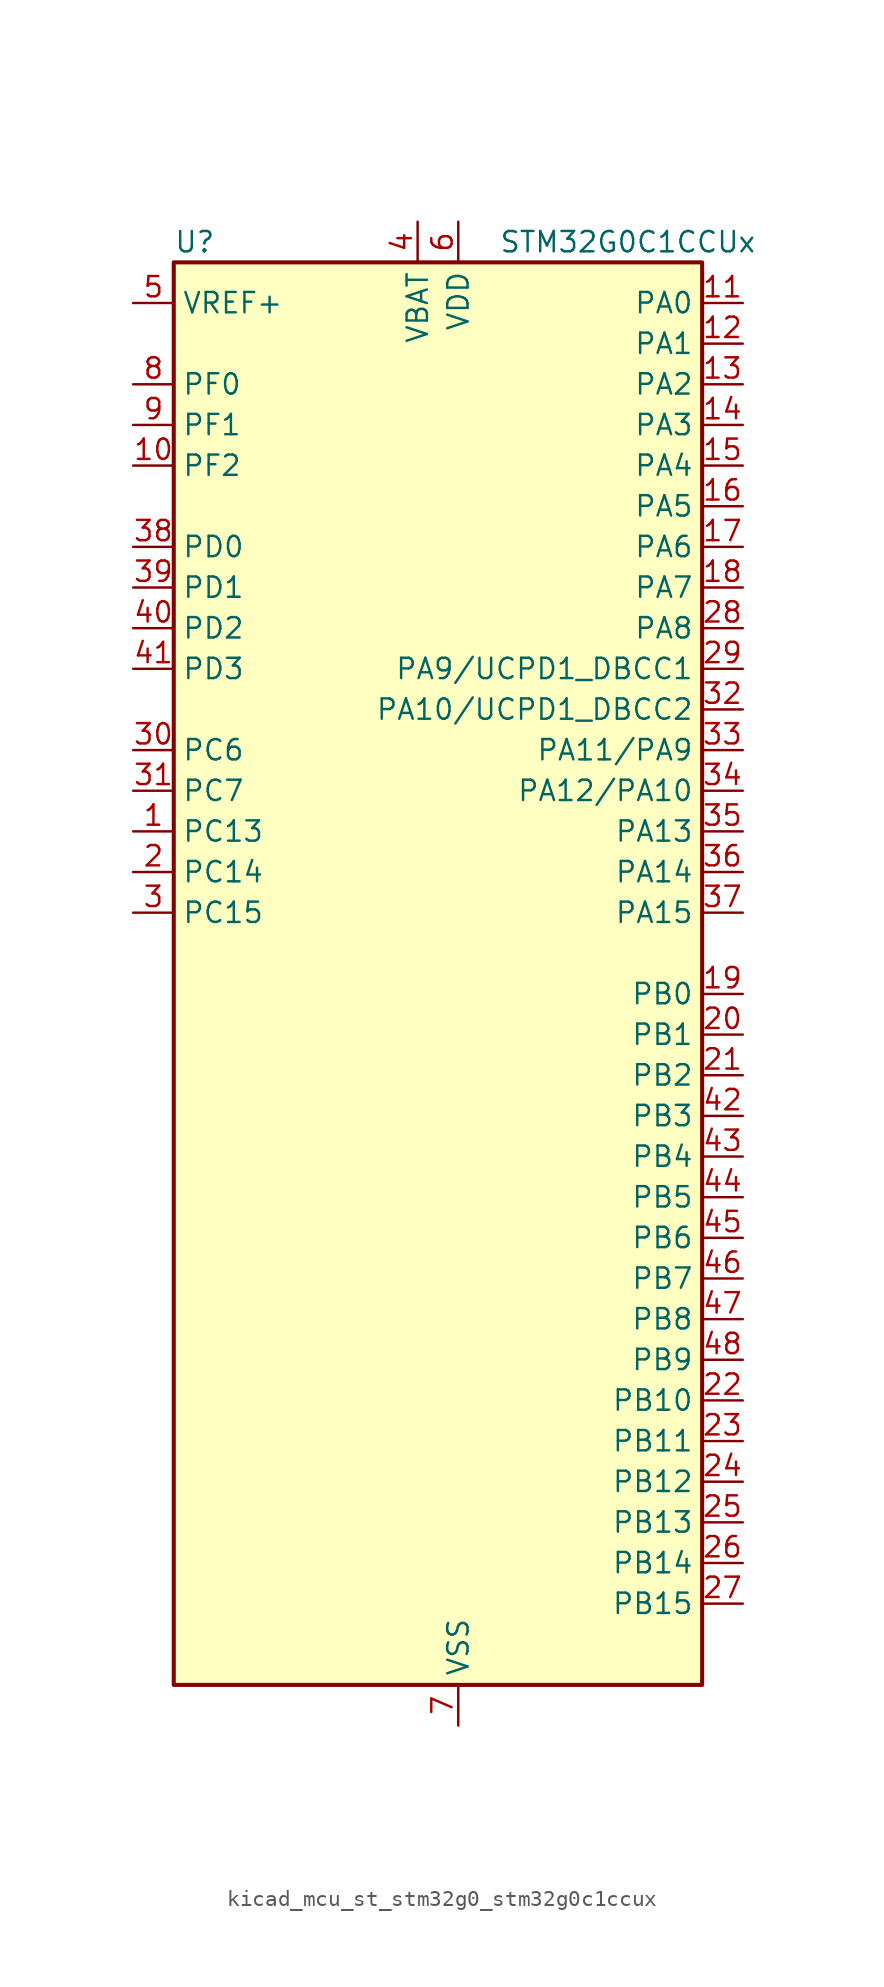
<source format=kicad_sym>
(kicad_symbol_lib
  (version 20220914)
  (generator kicad_symbol_editor)
  (symbol "kicad_mcu_st_stm32g0_stm32g0c1ccux"
    (property "Reference" "U"
      (at -15.24 46.99 0)
      (effects (font (size 1.27 1.27)) (justify left)))
    (property "Value" "STM32G0C1CCUx"
      (at 5.08 46.99 0)
      (effects (font (size 1.27 1.27)) (justify left)))
    (property "ki_locked" ""
      (at 0 0 0)
      (effects (font (size 1.27 1.27))))
    (symbol "kicad_mcu_st_stm32g0_stm32g0c1ccux_0_1"
      (rectangle (start -15.24 -43.18) (end 17.78 45.72) (stroke (width 0.254) (type default)) (fill (type background))))
    (symbol "kicad_mcu_st_stm32g0_stm32g0c1ccux_1_1"
      (pin bidirectional line (at -17.78 10.16 0) (length 2.54) (name "PC13" (effects (font (size 1.27 1.27)))) (number "1" (effects (font (size 1.27 1.27)))) (alternate "RTC_OUT1" bidirectional line) (alternate "RTC_TAMP_IN1" bidirectional line) (alternate "RTC_TS" bidirectional line) (alternate "SYS_WKUP2" bidirectional line) (alternate "TIM1_BK" bidirectional line))
      (pin bidirectional line (at -17.78 33.02 0) (length 2.54) (name "PF2" (effects (font (size 1.27 1.27)))) (number "10" (effects (font (size 1.27 1.27)))) (alternate "LPUART2_DE" bidirectional line) (alternate "LPUART2_RTS" bidirectional line) (alternate "LPUART2_TX" bidirectional line) (alternate "RCC_MCO" bidirectional line))
      (pin bidirectional line (at 20.32 43.18 180) (length 2.54) (name "PA0" (effects (font (size 1.27 1.27)))) (number "11" (effects (font (size 1.27 1.27)))) (alternate "ADC1_IN0" bidirectional line) (alternate "COMP1_INM" bidirectional line) (alternate "COMP1_OUT" bidirectional line) (alternate "I2S2_CK" bidirectional line) (alternate "LPTIM1_OUT" bidirectional line) (alternate "RTC_TAMP_IN2" bidirectional line) (alternate "SPI2_SCK" bidirectional line) (alternate "SYS_WKUP1" bidirectional line) (alternate "TIM2_CH1" bidirectional line) (alternate "TIM2_ETR" bidirectional line) (alternate "UCPD2_FRSTX1" bidirectional line) (alternate "UCPD2_FRSTX2" bidirectional line) (alternate "USART2_CTS" bidirectional line) (alternate "USART2_NSS" bidirectional line) (alternate "USART4_TX" bidirectional line))
      (pin bidirectional line (at 20.32 40.64 180) (length 2.54) (name "PA1" (effects (font (size 1.27 1.27)))) (number "12" (effects (font (size 1.27 1.27)))) (alternate "ADC1_IN1" bidirectional line) (alternate "COMP1_INP" bidirectional line) (alternate "I2C1_SMBA" bidirectional line) (alternate "I2S1_CK" bidirectional line) (alternate "SPI1_SCK" bidirectional line) (alternate "TIM15_CH1N" bidirectional line) (alternate "TIM2_CH2" bidirectional line) (alternate "USART2_CK" bidirectional line) (alternate "USART2_DE" bidirectional line) (alternate "USART2_RTS" bidirectional line) (alternate "USART4_RX" bidirectional line))
      (pin bidirectional line (at 20.32 38.1 180) (length 2.54) (name "PA2" (effects (font (size 1.27 1.27)))) (number "13" (effects (font (size 1.27 1.27)))) (alternate "ADC1_IN2" bidirectional line) (alternate "COMP2_INM" bidirectional line) (alternate "COMP2_OUT" bidirectional line) (alternate "I2S1_SD" bidirectional line) (alternate "LPUART1_TX" bidirectional line) (alternate "RCC_LSCO" bidirectional line) (alternate "SPI1_MOSI" bidirectional line) (alternate "SYS_WKUP4" bidirectional line) (alternate "TIM15_CH1" bidirectional line) (alternate "TIM2_CH3" bidirectional line) (alternate "UCPD1_FRSTX1" bidirectional line) (alternate "UCPD1_FRSTX2" bidirectional line) (alternate "USART2_TX" bidirectional line))
      (pin bidirectional line (at 20.32 35.56 180) (length 2.54) (name "PA3" (effects (font (size 1.27 1.27)))) (number "14" (effects (font (size 1.27 1.27)))) (alternate "ADC1_IN3" bidirectional line) (alternate "COMP2_INP" bidirectional line) (alternate "I2S2_MCK" bidirectional line) (alternate "LPUART1_RX" bidirectional line) (alternate "SPI2_MISO" bidirectional line) (alternate "TIM15_CH2" bidirectional line) (alternate "TIM2_CH4" bidirectional line) (alternate "UCPD2_FRSTX1" bidirectional line) (alternate "UCPD2_FRSTX2" bidirectional line) (alternate "USART2_RX" bidirectional line))
      (pin bidirectional line (at 20.32 33.02 180) (length 2.54) (name "PA4" (effects (font (size 1.27 1.27)))) (number "15" (effects (font (size 1.27 1.27)))) (alternate "ADC1_IN4" bidirectional line) (alternate "DAC1_OUT1" bidirectional line) (alternate "I2S1_WS" bidirectional line) (alternate "I2S2_SD" bidirectional line) (alternate "LPTIM2_OUT" bidirectional line) (alternate "RTC_OUT2" bidirectional line) (alternate "SPI1_NSS" bidirectional line) (alternate "SPI2_MOSI" bidirectional line) (alternate "SPI3_NSS" bidirectional line) (alternate "TIM14_CH1" bidirectional line) (alternate "UCPD2_FRSTX1" bidirectional line) (alternate "UCPD2_FRSTX2" bidirectional line) (alternate "USART6_TX" bidirectional line) (alternate "USB_NOE" bidirectional line))
      (pin bidirectional line (at 20.32 30.48 180) (length 2.54) (name "PA5" (effects (font (size 1.27 1.27)))) (number "16" (effects (font (size 1.27 1.27)))) (alternate "ADC1_IN5" bidirectional line) (alternate "CEC" bidirectional line) (alternate "DAC1_OUT2" bidirectional line) (alternate "I2S1_CK" bidirectional line) (alternate "LPTIM2_ETR" bidirectional line) (alternate "SPI1_SCK" bidirectional line) (alternate "TIM2_CH1" bidirectional line) (alternate "TIM2_ETR" bidirectional line) (alternate "UCPD1_FRSTX1" bidirectional line) (alternate "UCPD1_FRSTX2" bidirectional line) (alternate "USART3_TX" bidirectional line) (alternate "USART6_RX" bidirectional line))
      (pin bidirectional line (at 20.32 27.94 180) (length 2.54) (name "PA6" (effects (font (size 1.27 1.27)))) (number "17" (effects (font (size 1.27 1.27)))) (alternate "ADC1_IN6" bidirectional line) (alternate "COMP1_OUT" bidirectional line) (alternate "I2C2_SDA" bidirectional line) (alternate "I2C3_SDA" bidirectional line) (alternate "I2S1_MCK" bidirectional line) (alternate "LPUART1_CTS" bidirectional line) (alternate "SPI1_MISO" bidirectional line) (alternate "TIM16_CH1" bidirectional line) (alternate "TIM1_BK" bidirectional line) (alternate "TIM3_CH1" bidirectional line) (alternate "USART3_CTS" bidirectional line) (alternate "USART3_NSS" bidirectional line) (alternate "USART6_CTS" bidirectional line) (alternate "USART6_NSS" bidirectional line))
      (pin bidirectional line (at 20.32 25.4 180) (length 2.54) (name "PA7" (effects (font (size 1.27 1.27)))) (number "18" (effects (font (size 1.27 1.27)))) (alternate "ADC1_IN7" bidirectional line) (alternate "COMP2_OUT" bidirectional line) (alternate "I2C2_SCL" bidirectional line) (alternate "I2C3_SCL" bidirectional line) (alternate "I2S1_SD" bidirectional line) (alternate "SPI1_MOSI" bidirectional line) (alternate "TIM14_CH1" bidirectional line) (alternate "TIM17_CH1" bidirectional line) (alternate "TIM1_CH1N" bidirectional line) (alternate "TIM3_CH2" bidirectional line) (alternate "UCPD1_FRSTX1" bidirectional line) (alternate "UCPD1_FRSTX2" bidirectional line) (alternate "USART6_CK" bidirectional line) (alternate "USART6_DE" bidirectional line) (alternate "USART6_RTS" bidirectional line))
      (pin bidirectional line (at 20.32 0 180) (length 2.54) (name "PB0" (effects (font (size 1.27 1.27)))) (number "19" (effects (font (size 1.27 1.27)))) (alternate "ADC1_IN8" bidirectional line) (alternate "COMP1_OUT" bidirectional line) (alternate "COMP3_INP" bidirectional line) (alternate "FDCAN2_RX" bidirectional line) (alternate "I2S1_WS" bidirectional line) (alternate "LPTIM1_OUT" bidirectional line) (alternate "LPUART2_CTS" bidirectional line) (alternate "SPI1_NSS" bidirectional line) (alternate "TIM1_CH2N" bidirectional line) (alternate "TIM3_CH3" bidirectional line) (alternate "UCPD1_FRSTX1" bidirectional line) (alternate "UCPD1_FRSTX2" bidirectional line) (alternate "USART3_RX" bidirectional line) (alternate "USART5_TX" bidirectional line))
      (pin bidirectional line (at -17.78 7.62 0) (length 2.54) (name "PC14" (effects (font (size 1.27 1.27)))) (number "2" (effects (font (size 1.27 1.27)))) (alternate "RCC_OSC32_IN" bidirectional line) (alternate "TIM1_BK2" bidirectional line))
      (pin bidirectional line (at 20.32 -2.54 180) (length 2.54) (name "PB1" (effects (font (size 1.27 1.27)))) (number "20" (effects (font (size 1.27 1.27)))) (alternate "ADC1_IN9" bidirectional line) (alternate "COMP1_INM" bidirectional line) (alternate "COMP3_OUT" bidirectional line) (alternate "FDCAN2_TX" bidirectional line) (alternate "LPTIM2_IN1" bidirectional line) (alternate "LPUART1_DE" bidirectional line) (alternate "LPUART1_RTS" bidirectional line) (alternate "LPUART2_DE" bidirectional line) (alternate "LPUART2_RTS" bidirectional line) (alternate "TIM14_CH1" bidirectional line) (alternate "TIM1_CH3N" bidirectional line) (alternate "TIM3_CH4" bidirectional line) (alternate "USART3_CK" bidirectional line) (alternate "USART3_DE" bidirectional line) (alternate "USART3_RTS" bidirectional line) (alternate "USART5_RX" bidirectional line))
      (pin bidirectional line (at 20.32 -5.08 180) (length 2.54) (name "PB2" (effects (font (size 1.27 1.27)))) (number "21" (effects (font (size 1.27 1.27)))) (alternate "ADC1_IN10" bidirectional line) (alternate "COMP1_INP" bidirectional line) (alternate "COMP3_INM" bidirectional line) (alternate "I2S2_MCK" bidirectional line) (alternate "LPTIM1_OUT" bidirectional line) (alternate "RCC_MCO_2" bidirectional line) (alternate "SPI2_MISO" bidirectional line) (alternate "USART3_TX" bidirectional line))
      (pin bidirectional line (at 20.32 -25.4 180) (length 2.54) (name "PB10" (effects (font (size 1.27 1.27)))) (number "22" (effects (font (size 1.27 1.27)))) (alternate "ADC1_IN11" bidirectional line) (alternate "CEC" bidirectional line) (alternate "COMP1_OUT" bidirectional line) (alternate "I2C2_SCL" bidirectional line) (alternate "I2S2_CK" bidirectional line) (alternate "LPUART1_RX" bidirectional line) (alternate "SPI2_SCK" bidirectional line) (alternate "TIM2_CH3" bidirectional line) (alternate "USART3_TX" bidirectional line))
      (pin bidirectional line (at 20.32 -27.94 180) (length 2.54) (name "PB11" (effects (font (size 1.27 1.27)))) (number "23" (effects (font (size 1.27 1.27)))) (alternate "ADC1_EXTI11" bidirectional line) (alternate "ADC1_IN15" bidirectional line) (alternate "COMP2_OUT" bidirectional line) (alternate "I2C2_SDA" bidirectional line) (alternate "I2S2_SD" bidirectional line) (alternate "LPUART1_TX" bidirectional line) (alternate "SPI2_MOSI" bidirectional line) (alternate "TIM2_CH4" bidirectional line) (alternate "USART3_RX" bidirectional line))
      (pin bidirectional line (at 20.32 -30.48 180) (length 2.54) (name "PB12" (effects (font (size 1.27 1.27)))) (number "24" (effects (font (size 1.27 1.27)))) (alternate "ADC1_IN16" bidirectional line) (alternate "FDCAN2_RX" bidirectional line) (alternate "I2C2_SMBA" bidirectional line) (alternate "I2S2_WS" bidirectional line) (alternate "LPUART1_DE" bidirectional line) (alternate "LPUART1_RTS" bidirectional line) (alternate "SPI2_NSS" bidirectional line) (alternate "TIM15_BK" bidirectional line) (alternate "TIM1_BK" bidirectional line) (alternate "UCPD2_FRSTX1" bidirectional line) (alternate "UCPD2_FRSTX2" bidirectional line))
      (pin bidirectional line (at 20.32 -33.02 180) (length 2.54) (name "PB13" (effects (font (size 1.27 1.27)))) (number "25" (effects (font (size 1.27 1.27)))) (alternate "FDCAN2_TX" bidirectional line) (alternate "I2C2_SCL" bidirectional line) (alternate "I2S2_CK" bidirectional line) (alternate "LPUART1_CTS" bidirectional line) (alternate "SPI2_SCK" bidirectional line) (alternate "TIM15_CH1N" bidirectional line) (alternate "TIM1_CH1N" bidirectional line) (alternate "USART3_CTS" bidirectional line) (alternate "USART3_NSS" bidirectional line))
      (pin bidirectional line (at 20.32 -35.56 180) (length 2.54) (name "PB14" (effects (font (size 1.27 1.27)))) (number "26" (effects (font (size 1.27 1.27)))) (alternate "I2C2_SDA" bidirectional line) (alternate "I2S2_MCK" bidirectional line) (alternate "SPI2_MISO" bidirectional line) (alternate "TIM15_CH1" bidirectional line) (alternate "TIM1_CH2N" bidirectional line) (alternate "UCPD1_FRSTX1" bidirectional line) (alternate "UCPD1_FRSTX2" bidirectional line) (alternate "USART3_CK" bidirectional line) (alternate "USART3_DE" bidirectional line) (alternate "USART3_RTS" bidirectional line) (alternate "USART6_CK" bidirectional line) (alternate "USART6_DE" bidirectional line) (alternate "USART6_RTS" bidirectional line))
      (pin bidirectional line (at 20.32 -38.1 180) (length 2.54) (name "PB15" (effects (font (size 1.27 1.27)))) (number "27" (effects (font (size 1.27 1.27)))) (alternate "I2S2_SD" bidirectional line) (alternate "RTC_REFIN" bidirectional line) (alternate "SPI2_MOSI" bidirectional line) (alternate "TIM15_CH1N" bidirectional line) (alternate "TIM15_CH2" bidirectional line) (alternate "TIM1_CH3N" bidirectional line) (alternate "UCPD1_CC2" bidirectional line) (alternate "USART6_CTS" bidirectional line) (alternate "USART6_NSS" bidirectional line))
      (pin bidirectional line (at 20.32 22.86 180) (length 2.54) (name "PA8" (effects (font (size 1.27 1.27)))) (number "28" (effects (font (size 1.27 1.27)))) (alternate "CRS1_SYNC" bidirectional line) (alternate "I2C2_SMBA" bidirectional line) (alternate "I2S2_WS" bidirectional line) (alternate "LPTIM2_OUT" bidirectional line) (alternate "RCC_MCO" bidirectional line) (alternate "SPI2_NSS" bidirectional line) (alternate "TIM1_CH1" bidirectional line) (alternate "UCPD1_CC1" bidirectional line))
      (pin bidirectional line (at 20.32 20.32 180) (length 2.54) (name "PA9/UCPD1_DBCC1" (effects (font (size 1.27 1.27)))) (number "29" (effects (font (size 1.27 1.27)))) (alternate "DAC1_EXTI9" bidirectional line) (alternate "I2C1_SCL" bidirectional line) (alternate "I2C2_SCL" bidirectional line) (alternate "I2S2_MCK" bidirectional line) (alternate "RCC_MCO" bidirectional line) (alternate "SPI2_MISO" bidirectional line) (alternate "TIM15_BK" bidirectional line) (alternate "TIM1_CH2" bidirectional line) (alternate "UCPD1_DBCC1" bidirectional line) (alternate "USART1_TX" bidirectional line))
      (pin bidirectional line (at -17.78 5.08 0) (length 2.54) (name "PC15" (effects (font (size 1.27 1.27)))) (number "3" (effects (font (size 1.27 1.27)))) (alternate "RCC_OSC32_EN" bidirectional line) (alternate "RCC_OSC32_OUT" bidirectional line) (alternate "RCC_OSC_EN" bidirectional line) (alternate "TIM15_BK" bidirectional line))
      (pin bidirectional line (at -17.78 15.24 0) (length 2.54) (name "PC6" (effects (font (size 1.27 1.27)))) (number "30" (effects (font (size 1.27 1.27)))) (alternate "LPUART2_TX" bidirectional line) (alternate "TIM2_CH3" bidirectional line) (alternate "TIM3_CH1" bidirectional line) (alternate "UCPD1_FRSTX1" bidirectional line) (alternate "UCPD1_FRSTX2" bidirectional line))
      (pin bidirectional line (at -17.78 12.7 0) (length 2.54) (name "PC7" (effects (font (size 1.27 1.27)))) (number "31" (effects (font (size 1.27 1.27)))) (alternate "LPUART2_RX" bidirectional line) (alternate "TIM2_CH4" bidirectional line) (alternate "TIM3_CH2" bidirectional line) (alternate "UCPD2_FRSTX1" bidirectional line) (alternate "UCPD2_FRSTX2" bidirectional line))
      (pin bidirectional line (at 20.32 17.78 180) (length 2.54) (name "PA10/UCPD1_DBCC2" (effects (font (size 1.27 1.27)))) (number "32" (effects (font (size 1.27 1.27)))) (alternate "I2C1_SDA" bidirectional line) (alternate "I2C2_SDA" bidirectional line) (alternate "I2S2_SD" bidirectional line) (alternate "RCC_MCO_2" bidirectional line) (alternate "SPI2_MOSI" bidirectional line) (alternate "TIM17_BK" bidirectional line) (alternate "TIM1_CH3" bidirectional line) (alternate "UCPD1_DBCC2" bidirectional line) (alternate "USART1_RX" bidirectional line))
      (pin bidirectional line (at 20.32 15.24 180) (length 2.54) (name "PA11/PA9" (effects (font (size 1.27 1.27)))) (number "33" (effects (font (size 1.27 1.27)))) (alternate "ADC1_EXTI11" bidirectional line) (alternate "COMP1_OUT" bidirectional line) (alternate "FDCAN1_RX" bidirectional line) (alternate "I2C2_SCL" bidirectional line) (alternate "I2S1_MCK" bidirectional line) (alternate "SPI1_MISO" bidirectional line) (alternate "TIM1_BK2" bidirectional line) (alternate "TIM1_CH4" bidirectional line) (alternate "USART1_CTS" bidirectional line) (alternate "USART1_NSS" bidirectional line) (alternate "USB_DM" bidirectional line))
      (pin bidirectional line (at 20.32 12.7 180) (length 2.54) (name "PA12/PA10" (effects (font (size 1.27 1.27)))) (number "34" (effects (font (size 1.27 1.27)))) (alternate "COMP2_OUT" bidirectional line) (alternate "FDCAN1_TX" bidirectional line) (alternate "I2C2_SDA" bidirectional line) (alternate "I2S1_SD" bidirectional line) (alternate "I2S_CKIN" bidirectional line) (alternate "SPI1_MOSI" bidirectional line) (alternate "TIM1_ETR" bidirectional line) (alternate "USART1_CK" bidirectional line) (alternate "USART1_DE" bidirectional line) (alternate "USART1_RTS" bidirectional line) (alternate "USB_DP" bidirectional line))
      (pin bidirectional line (at 20.32 10.16 180) (length 2.54) (name "PA13" (effects (font (size 1.27 1.27)))) (number "35" (effects (font (size 1.27 1.27)))) (alternate "IR_OUT" bidirectional line) (alternate "LPUART2_RX" bidirectional line) (alternate "SYS_SWDIO" bidirectional line) (alternate "USB_NOE" bidirectional line))
      (pin bidirectional line (at 20.32 7.62 180) (length 2.54) (name "PA14" (effects (font (size 1.27 1.27)))) (number "36" (effects (font (size 1.27 1.27)))) (alternate "LPUART2_TX" bidirectional line) (alternate "SYS_SWCLK" bidirectional line) (alternate "USART2_TX" bidirectional line))
      (pin bidirectional line (at 20.32 5.08 180) (length 2.54) (name "PA15" (effects (font (size 1.27 1.27)))) (number "37" (effects (font (size 1.27 1.27)))) (alternate "I2C2_SMBA" bidirectional line) (alternate "I2S1_WS" bidirectional line) (alternate "RCC_MCO_2" bidirectional line) (alternate "SPI1_NSS" bidirectional line) (alternate "SPI3_NSS" bidirectional line) (alternate "TIM2_CH1" bidirectional line) (alternate "TIM2_ETR" bidirectional line) (alternate "USART2_RX" bidirectional line) (alternate "USART3_CK" bidirectional line) (alternate "USART3_DE" bidirectional line) (alternate "USART3_RTS" bidirectional line) (alternate "USART4_CK" bidirectional line) (alternate "USART4_DE" bidirectional line) (alternate "USART4_RTS" bidirectional line) (alternate "USB_NOE" bidirectional line))
      (pin bidirectional line (at -17.78 27.94 0) (length 2.54) (name "PD0" (effects (font (size 1.27 1.27)))) (number "38" (effects (font (size 1.27 1.27)))) (alternate "FDCAN1_RX" bidirectional line) (alternate "I2S2_WS" bidirectional line) (alternate "SPI2_NSS" bidirectional line) (alternate "TIM16_CH1" bidirectional line) (alternate "UCPD2_CC1" bidirectional line))
      (pin bidirectional line (at -17.78 25.4 0) (length 2.54) (name "PD1" (effects (font (size 1.27 1.27)))) (number "39" (effects (font (size 1.27 1.27)))) (alternate "FDCAN1_TX" bidirectional line) (alternate "I2S2_CK" bidirectional line) (alternate "SPI2_SCK" bidirectional line) (alternate "TIM17_CH1" bidirectional line) (alternate "UCPD2_DBCC1" bidirectional line))
      (pin power_in line (at 0 48.26 270) (length 2.54) (name "VBAT" (effects (font (size 1.27 1.27)))) (number "4" (effects (font (size 1.27 1.27)))))
      (pin bidirectional line (at -17.78 22.86 0) (length 2.54) (name "PD2" (effects (font (size 1.27 1.27)))) (number "40" (effects (font (size 1.27 1.27)))) (alternate "TIM1_CH1N" bidirectional line) (alternate "TIM3_ETR" bidirectional line) (alternate "UCPD2_CC2" bidirectional line) (alternate "USART3_CK" bidirectional line) (alternate "USART3_DE" bidirectional line) (alternate "USART3_RTS" bidirectional line) (alternate "USART5_RX" bidirectional line))
      (pin bidirectional line (at -17.78 20.32 0) (length 2.54) (name "PD3" (effects (font (size 1.27 1.27)))) (number "41" (effects (font (size 1.27 1.27)))) (alternate "I2S2_MCK" bidirectional line) (alternate "SPI2_MISO" bidirectional line) (alternate "TIM1_CH2N" bidirectional line) (alternate "UCPD2_DBCC2" bidirectional line) (alternate "USART2_CTS" bidirectional line) (alternate "USART2_NSS" bidirectional line) (alternate "USART5_TX" bidirectional line))
      (pin bidirectional line (at 20.32 -7.62 180) (length 2.54) (name "PB3" (effects (font (size 1.27 1.27)))) (number "42" (effects (font (size 1.27 1.27)))) (alternate "COMP2_INM" bidirectional line) (alternate "I2C2_SCL" bidirectional line) (alternate "I2C3_SCL" bidirectional line) (alternate "I2S1_CK" bidirectional line) (alternate "SPI1_SCK" bidirectional line) (alternate "SPI3_SCK" bidirectional line) (alternate "TIM1_CH2" bidirectional line) (alternate "TIM2_CH2" bidirectional line) (alternate "USART1_CK" bidirectional line) (alternate "USART1_DE" bidirectional line) (alternate "USART1_RTS" bidirectional line) (alternate "USART5_TX" bidirectional line))
      (pin bidirectional line (at 20.32 -10.16 180) (length 2.54) (name "PB4" (effects (font (size 1.27 1.27)))) (number "43" (effects (font (size 1.27 1.27)))) (alternate "COMP2_INP" bidirectional line) (alternate "I2C2_SDA" bidirectional line) (alternate "I2C3_SDA" bidirectional line) (alternate "I2S1_MCK" bidirectional line) (alternate "SPI1_MISO" bidirectional line) (alternate "SPI3_MISO" bidirectional line) (alternate "TIM17_BK" bidirectional line) (alternate "TIM3_CH1" bidirectional line) (alternate "USART1_CTS" bidirectional line) (alternate "USART1_NSS" bidirectional line) (alternate "USART5_RX" bidirectional line))
      (pin bidirectional line (at 20.32 -12.7 180) (length 2.54) (name "PB5" (effects (font (size 1.27 1.27)))) (number "44" (effects (font (size 1.27 1.27)))) (alternate "COMP2_OUT" bidirectional line) (alternate "FDCAN2_RX" bidirectional line) (alternate "I2C1_SMBA" bidirectional line) (alternate "I2S1_SD" bidirectional line) (alternate "LPTIM1_IN1" bidirectional line) (alternate "SPI1_MOSI" bidirectional line) (alternate "SPI3_MOSI" bidirectional line) (alternate "SYS_WKUP6" bidirectional line) (alternate "TIM16_BK" bidirectional line) (alternate "TIM3_CH2" bidirectional line) (alternate "USART5_CK" bidirectional line) (alternate "USART5_DE" bidirectional line) (alternate "USART5_RTS" bidirectional line))
      (pin bidirectional line (at 20.32 -15.24 180) (length 2.54) (name "PB6" (effects (font (size 1.27 1.27)))) (number "45" (effects (font (size 1.27 1.27)))) (alternate "COMP2_INP" bidirectional line) (alternate "FDCAN2_TX" bidirectional line) (alternate "I2C1_SCL" bidirectional line) (alternate "I2S2_MCK" bidirectional line) (alternate "LPTIM1_ETR" bidirectional line) (alternate "LPUART2_TX" bidirectional line) (alternate "SPI2_MISO" bidirectional line) (alternate "TIM16_CH1N" bidirectional line) (alternate "TIM1_CH3" bidirectional line) (alternate "TIM4_CH1" bidirectional line) (alternate "USART1_TX" bidirectional line) (alternate "USART5_CTS" bidirectional line) (alternate "USART5_NSS" bidirectional line))
      (pin bidirectional line (at 20.32 -17.78 180) (length 2.54) (name "PB7" (effects (font (size 1.27 1.27)))) (number "46" (effects (font (size 1.27 1.27)))) (alternate "COMP2_INM" bidirectional line) (alternate "I2C1_SDA" bidirectional line) (alternate "I2S2_SD" bidirectional line) (alternate "LPTIM1_IN2" bidirectional line) (alternate "LPUART2_RX" bidirectional line) (alternate "SPI2_MOSI" bidirectional line) (alternate "SYS_PVD_IN" bidirectional line) (alternate "TIM17_CH1N" bidirectional line) (alternate "TIM4_CH2" bidirectional line) (alternate "USART1_RX" bidirectional line) (alternate "USART4_CTS" bidirectional line) (alternate "USART4_NSS" bidirectional line))
      (pin bidirectional line (at 20.32 -20.32 180) (length 2.54) (name "PB8" (effects (font (size 1.27 1.27)))) (number "47" (effects (font (size 1.27 1.27)))) (alternate "CEC" bidirectional line) (alternate "FDCAN1_RX" bidirectional line) (alternate "I2C1_SCL" bidirectional line) (alternate "I2S2_CK" bidirectional line) (alternate "SPI2_SCK" bidirectional line) (alternate "TIM15_BK" bidirectional line) (alternate "TIM16_CH1" bidirectional line) (alternate "TIM4_CH3" bidirectional line) (alternate "USART3_TX" bidirectional line) (alternate "USART6_TX" bidirectional line))
      (pin bidirectional line (at 20.32 -22.86 180) (length 2.54) (name "PB9" (effects (font (size 1.27 1.27)))) (number "48" (effects (font (size 1.27 1.27)))) (alternate "DAC1_EXTI9" bidirectional line) (alternate "FDCAN1_TX" bidirectional line) (alternate "I2C1_SDA" bidirectional line) (alternate "I2S2_WS" bidirectional line) (alternate "IR_OUT" bidirectional line) (alternate "SPI2_NSS" bidirectional line) (alternate "TIM17_CH1" bidirectional line) (alternate "TIM4_CH4" bidirectional line) (alternate "UCPD2_FRSTX1" bidirectional line) (alternate "UCPD2_FRSTX2" bidirectional line) (alternate "USART3_RX" bidirectional line) (alternate "USART6_RX" bidirectional line))
      (pin passive line (at 2.54 -45.72 90) (length 2.54) hide (name "VSS" (effects (font (size 1.27 1.27)))) (number "49" (effects (font (size 1.27 1.27)))))
      (pin input line (at -17.78 43.18 0) (length 2.54) (name "VREF+" (effects (font (size 1.27 1.27)))) (number "5" (effects (font (size 1.27 1.27)))) (alternate "VREFBUF_OUT" bidirectional line))
      (pin power_in line (at 2.54 48.26 270) (length 2.54) (name "VDD" (effects (font (size 1.27 1.27)))) (number "6" (effects (font (size 1.27 1.27)))))
      (pin power_in line (at 2.54 -45.72 90) (length 2.54) (name "VSS" (effects (font (size 1.27 1.27)))) (number "7" (effects (font (size 1.27 1.27)))))
      (pin bidirectional line (at -17.78 38.1 0) (length 2.54) (name "PF0" (effects (font (size 1.27 1.27)))) (number "8" (effects (font (size 1.27 1.27)))) (alternate "CRS1_SYNC" bidirectional line) (alternate "RCC_OSC_IN" bidirectional line) (alternate "TIM14_CH1" bidirectional line))
      (pin bidirectional line (at -17.78 35.56 0) (length 2.54) (name "PF1" (effects (font (size 1.27 1.27)))) (number "9" (effects (font (size 1.27 1.27)))) (alternate "RCC_OSC_EN" bidirectional line) (alternate "RCC_OSC_OUT" bidirectional line) (alternate "TIM15_CH1N" bidirectional line)))))
</source>
